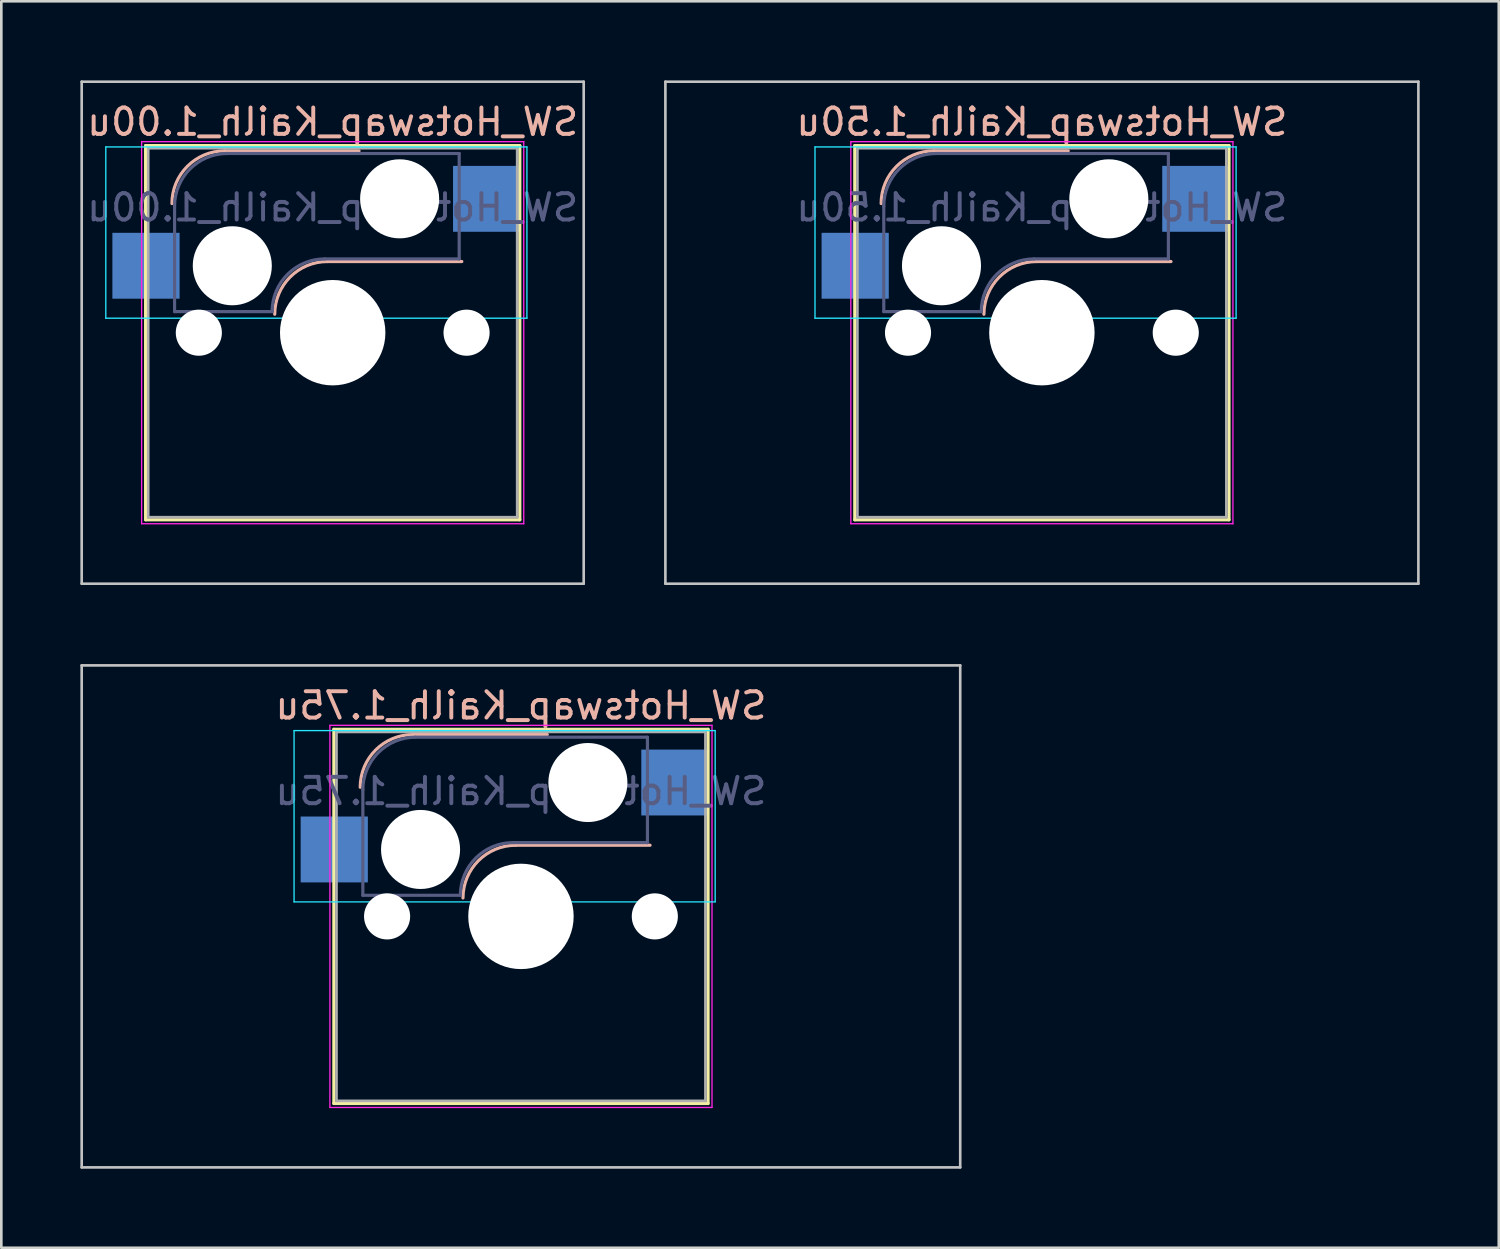
<source format=kicad_pcb>
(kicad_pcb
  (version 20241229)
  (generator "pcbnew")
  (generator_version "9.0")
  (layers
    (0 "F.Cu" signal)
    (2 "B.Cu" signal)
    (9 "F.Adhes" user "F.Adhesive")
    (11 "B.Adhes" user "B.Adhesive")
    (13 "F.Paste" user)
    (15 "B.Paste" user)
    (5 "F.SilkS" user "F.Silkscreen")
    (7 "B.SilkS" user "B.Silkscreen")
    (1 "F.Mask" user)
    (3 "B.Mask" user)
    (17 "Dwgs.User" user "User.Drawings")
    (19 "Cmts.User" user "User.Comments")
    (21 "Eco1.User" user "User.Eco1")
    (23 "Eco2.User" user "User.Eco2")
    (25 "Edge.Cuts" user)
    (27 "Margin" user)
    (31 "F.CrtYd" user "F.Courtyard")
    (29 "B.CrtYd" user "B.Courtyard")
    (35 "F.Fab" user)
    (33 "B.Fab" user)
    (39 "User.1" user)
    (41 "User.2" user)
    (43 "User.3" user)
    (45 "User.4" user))
  (footprint "SW_Hotswap_Kailh_1.75u"
    (layer "F.Cu")
    (at 16.719 31.725)
    (property "Reference" "SW_Hotswap_Kailh_1.75u" (at 0 -8 0) (layer "B.SilkS") (effects (font (size 1 1) (thickness 0.15)) (justify mirror)))
    (attr smd)
    (fp_line (start -7.1 -7.1) (end -7.1 7.1) (stroke (width 0.12) (type solid)) (layer "F.SilkS"))
    (fp_line (start -7.1 7.1) (end 7.1 7.1) (stroke (width 0.12) (type solid)) (layer "F.SilkS"))
    (fp_line (start 7.1 -7.1) (end -7.1 -7.1) (stroke (width 0.12) (type solid)) (layer "F.SilkS"))
    (fp_line (start 7.1 7.1) (end 7.1 -7.1) (stroke (width 0.12) (type solid)) (layer "F.SilkS"))
    (fp_line (start -4.1 -6.9) (end 1 -6.9) (stroke (width 0.12) (type solid)) (layer "B.SilkS"))
    (fp_line (start -0.2 -2.7) (end 4.9 -2.7) (stroke (width 0.12) (type solid)) (layer "B.SilkS"))
    (fp_arc (start -6.1 -4.9) (mid -5.514214 -6.314214) (end -4.1 -6.9) (stroke (width 0.12) (type solid)) (layer "B.SilkS"))
    (fp_arc (start -2.2 -0.7) (mid -1.614214 -2.114214) (end -0.2 -2.7) (stroke (width 0.12) (type solid)) (layer "B.SilkS"))
    (fp_line (start -16.669 -9.525) (end -16.669 9.525) (stroke (width 0.1) (type solid)) (layer "Dwgs.User"))
    (fp_line (start -16.669 9.525) (end 16.669 9.525) (stroke (width 0.1) (type solid)) (layer "Dwgs.User"))
    (fp_line (start 16.669 -9.525) (end -16.669 -9.525) (stroke (width 0.1) (type solid)) (layer "Dwgs.User"))
    (fp_line (start 16.669 9.525) (end 16.669 -9.525) (stroke (width 0.1) (type solid)) (layer "Dwgs.User"))
    (fp_line (start -8.61 -7.05) (end -8.61 -0.55) (stroke (width 0.05) (type solid)) (layer "B.CrtYd"))
    (fp_line (start -8.61 -0.55) (end 7.37 -0.55) (stroke (width 0.05) (type solid)) (layer "B.CrtYd"))
    (fp_line (start 7.37 -7.05) (end -8.61 -7.05) (stroke (width 0.05) (type solid)) (layer "B.CrtYd"))
    (fp_line (start 7.37 -0.55) (end 7.37 -7.05) (stroke (width 0.05) (type solid)) (layer "B.CrtYd"))
    (fp_line (start -7.25 -7.25) (end -7.25 7.25) (stroke (width 0.05) (type solid)) (layer "F.CrtYd"))
    (fp_line (start -7.25 7.25) (end 7.25 7.25) (stroke (width 0.05) (type solid)) (layer "F.CrtYd"))
    (fp_line (start 7.25 -7.25) (end -7.25 -7.25) (stroke (width 0.05) (type solid)) (layer "F.CrtYd"))
    (fp_line (start 7.25 7.25) (end 7.25 -7.25) (stroke (width 0.05) (type solid)) (layer "F.CrtYd"))
    (fp_line (start -6 -0.8) (end -6 -4.8) (stroke (width 0.12) (type solid)) (layer "B.Fab"))
    (fp_line (start -6 -0.8) (end -2.3 -0.8) (stroke (width 0.12) (type solid)) (layer "B.Fab"))
    (fp_line (start -4 -6.8) (end 4.8 -6.8) (stroke (width 0.12) (type solid)) (layer "B.Fab"))
    (fp_line (start -0.3 -2.8) (end 4.8 -2.8) (stroke (width 0.12) (type solid)) (layer "B.Fab"))
    (fp_line (start 4.8 -6.8) (end 4.8 -2.8) (stroke (width 0.12) (type solid)) (layer "B.Fab"))
    (fp_arc (start -6 -4.8) (mid -5.414214 -6.214214) (end -4 -6.8) (stroke (width 0.12) (type solid)) (layer "B.Fab"))
    (fp_arc (start -2.3 -0.8) (mid -1.714214 -2.214214) (end -0.3 -2.8) (stroke (width 0.12) (type solid)) (layer "B.Fab"))
    (fp_line (start -7 -7) (end -7 7) (stroke (width 0.1) (type solid)) (layer "F.Fab"))
    (fp_line (start -7 7) (end 7 7) (stroke (width 0.1) (type solid)) (layer "F.Fab"))
    (fp_line (start 7 -7) (end -7 -7) (stroke (width 0.1) (type solid)) (layer "F.Fab"))
    (fp_line (start 7 7) (end 7 -7) (stroke (width 0.1) (type solid)) (layer "F.Fab"))
    (fp_text user "${REFERENCE}" (at 0 -4.75 0) (layer "B.Fab") (effects (font (size 1 1) (thickness 0.15)) (justify mirror)))
    (pad "" np_thru_hole circle (at -5.08 0) (size 1.75 1.75) (drill 1.75) (layers "*.Cu" "*.Mask"))
    (pad "" np_thru_hole circle (at -3.81 -2.54) (size 3 3) (drill 3) (layers "*.Cu" "*.Mask"))
    (pad "" np_thru_hole circle (at 0 0) (size 4 4) (drill 4) (layers "*.Cu" "*.Mask"))
    (pad "" np_thru_hole circle (at 2.54 -5.08) (size 3 3) (drill 3) (layers "*.Cu" "*.Mask"))
    (pad "" np_thru_hole circle (at 5.08 0) (size 1.75 1.75) (drill 1.75) (layers "*.Cu" "*.Mask"))
    (pad "1" smd rect (at -7.085 -2.54) (size 2.55 2.5) (layers "B.Cu" "B.Mask" "B.Paste"))
    (pad "2" smd rect (at 5.842 -5.08) (size 2.55 2.5) (layers "B.Cu" "B.Mask" "B.Paste")))
  (footprint "SW_Hotswap_Kailh_1.50u"
    (layer "F.Cu")
    (at 36.487 9.575)
    (property "Reference" "SW_Hotswap_Kailh_1.50u" (at 0 -8 0) (layer "B.SilkS") (effects (font (size 1 1) (thickness 0.15)) (justify mirror)))
    (attr smd)
    (fp_line (start -7.1 -7.1) (end -7.1 7.1) (stroke (width 0.12) (type solid)) (layer "F.SilkS"))
    (fp_line (start -7.1 7.1) (end 7.1 7.1) (stroke (width 0.12) (type solid)) (layer "F.SilkS"))
    (fp_line (start 7.1 -7.1) (end -7.1 -7.1) (stroke (width 0.12) (type solid)) (layer "F.SilkS"))
    (fp_line (start 7.1 7.1) (end 7.1 -7.1) (stroke (width 0.12) (type solid)) (layer "F.SilkS"))
    (fp_line (start -4.1 -6.9) (end 1 -6.9) (stroke (width 0.12) (type solid)) (layer "B.SilkS"))
    (fp_line (start -0.2 -2.7) (end 4.9 -2.7) (stroke (width 0.12) (type solid)) (layer "B.SilkS"))
    (fp_arc (start -6.1 -4.9) (mid -5.514214 -6.314214) (end -4.1 -6.9) (stroke (width 0.12) (type solid)) (layer "B.SilkS"))
    (fp_arc (start -2.2 -0.7) (mid -1.614214 -2.114214) (end -0.2 -2.7) (stroke (width 0.12) (type solid)) (layer "B.SilkS"))
    (fp_line (start -14.287 -9.525) (end -14.287 9.525) (stroke (width 0.1) (type solid)) (layer "Dwgs.User"))
    (fp_line (start -14.287 9.525) (end 14.287 9.525) (stroke (width 0.1) (type solid)) (layer "Dwgs.User"))
    (fp_line (start 14.287 -9.525) (end -14.287 -9.525) (stroke (width 0.1) (type solid)) (layer "Dwgs.User"))
    (fp_line (start 14.287 9.525) (end 14.287 -9.525) (stroke (width 0.1) (type solid)) (layer "Dwgs.User"))
    (fp_line (start -8.61 -7.05) (end -8.61 -0.55) (stroke (width 0.05) (type solid)) (layer "B.CrtYd"))
    (fp_line (start -8.61 -0.55) (end 7.37 -0.55) (stroke (width 0.05) (type solid)) (layer "B.CrtYd"))
    (fp_line (start 7.37 -7.05) (end -8.61 -7.05) (stroke (width 0.05) (type solid)) (layer "B.CrtYd"))
    (fp_line (start 7.37 -0.55) (end 7.37 -7.05) (stroke (width 0.05) (type solid)) (layer "B.CrtYd"))
    (fp_line (start -7.25 -7.25) (end -7.25 7.25) (stroke (width 0.05) (type solid)) (layer "F.CrtYd"))
    (fp_line (start -7.25 7.25) (end 7.25 7.25) (stroke (width 0.05) (type solid)) (layer "F.CrtYd"))
    (fp_line (start 7.25 -7.25) (end -7.25 -7.25) (stroke (width 0.05) (type solid)) (layer "F.CrtYd"))
    (fp_line (start 7.25 7.25) (end 7.25 -7.25) (stroke (width 0.05) (type solid)) (layer "F.CrtYd"))
    (fp_line (start -6 -0.8) (end -6 -4.8) (stroke (width 0.12) (type solid)) (layer "B.Fab"))
    (fp_line (start -6 -0.8) (end -2.3 -0.8) (stroke (width 0.12) (type solid)) (layer "B.Fab"))
    (fp_line (start -4 -6.8) (end 4.8 -6.8) (stroke (width 0.12) (type solid)) (layer "B.Fab"))
    (fp_line (start -0.3 -2.8) (end 4.8 -2.8) (stroke (width 0.12) (type solid)) (layer "B.Fab"))
    (fp_line (start 4.8 -6.8) (end 4.8 -2.8) (stroke (width 0.12) (type solid)) (layer "B.Fab"))
    (fp_arc (start -6 -4.8) (mid -5.414214 -6.214214) (end -4 -6.8) (stroke (width 0.12) (type solid)) (layer "B.Fab"))
    (fp_arc (start -2.3 -0.8) (mid -1.714214 -2.214214) (end -0.3 -2.8) (stroke (width 0.12) (type solid)) (layer "B.Fab"))
    (fp_line (start -7 -7) (end -7 7) (stroke (width 0.1) (type solid)) (layer "F.Fab"))
    (fp_line (start -7 7) (end 7 7) (stroke (width 0.1) (type solid)) (layer "F.Fab"))
    (fp_line (start 7 -7) (end -7 -7) (stroke (width 0.1) (type solid)) (layer "F.Fab"))
    (fp_line (start 7 7) (end 7 -7) (stroke (width 0.1) (type solid)) (layer "F.Fab"))
    (fp_text user "${REFERENCE}" (at 0 -4.75 0) (layer "B.Fab") (effects (font (size 1 1) (thickness 0.15)) (justify mirror)))
    (pad "" np_thru_hole circle (at -5.08 0) (size 1.75 1.75) (drill 1.75) (layers "*.Cu" "*.Mask"))
    (pad "" np_thru_hole circle (at -3.81 -2.54) (size 3 3) (drill 3) (layers "*.Cu" "*.Mask"))
    (pad "" np_thru_hole circle (at 0 0) (size 4 4) (drill 4) (layers "*.Cu" "*.Mask"))
    (pad "" np_thru_hole circle (at 2.54 -5.08) (size 3 3) (drill 3) (layers "*.Cu" "*.Mask"))
    (pad "" np_thru_hole circle (at 5.08 0) (size 1.75 1.75) (drill 1.75) (layers "*.Cu" "*.Mask"))
    (pad "1" smd rect (at -7.085 -2.54) (size 2.55 2.5) (layers "B.Cu" "B.Mask" "B.Paste"))
    (pad "2" smd rect (at 5.842 -5.08) (size 2.55 2.5) (layers "B.Cu" "B.Mask" "B.Paste")))
  (footprint "SW_Hotswap_Kailh_1.00u"
    (layer "F.Cu")
    (at 9.575 9.575)
    (property "Reference" "SW_Hotswap_Kailh_1.00u" (at 0 -8 0) (layer "B.SilkS") (effects (font (size 1 1) (thickness 0.15)) (justify mirror)))
    (attr smd)
    (fp_line (start -7.1 -7.1) (end -7.1 7.1) (stroke (width 0.12) (type solid)) (layer "F.SilkS"))
    (fp_line (start -7.1 7.1) (end 7.1 7.1) (stroke (width 0.12) (type solid)) (layer "F.SilkS"))
    (fp_line (start 7.1 -7.1) (end -7.1 -7.1) (stroke (width 0.12) (type solid)) (layer "F.SilkS"))
    (fp_line (start 7.1 7.1) (end 7.1 -7.1) (stroke (width 0.12) (type solid)) (layer "F.SilkS"))
    (fp_line (start -4.1 -6.9) (end 1 -6.9) (stroke (width 0.12) (type solid)) (layer "B.SilkS"))
    (fp_line (start -0.2 -2.7) (end 4.9 -2.7) (stroke (width 0.12) (type solid)) (layer "B.SilkS"))
    (fp_arc (start -6.1 -4.9) (mid -5.514214 -6.314214) (end -4.1 -6.9) (stroke (width 0.12) (type solid)) (layer "B.SilkS"))
    (fp_arc (start -2.2 -0.7) (mid -1.614214 -2.114214) (end -0.2 -2.7) (stroke (width 0.12) (type solid)) (layer "B.SilkS"))
    (fp_line (start -9.525 -9.525) (end -9.525 9.525) (stroke (width 0.1) (type solid)) (layer "Dwgs.User"))
    (fp_line (start -9.525 9.525) (end 9.525 9.525) (stroke (width 0.1) (type solid)) (layer "Dwgs.User"))
    (fp_line (start 9.525 -9.525) (end -9.525 -9.525) (stroke (width 0.1) (type solid)) (layer "Dwgs.User"))
    (fp_line (start 9.525 9.525) (end 9.525 -9.525) (stroke (width 0.1) (type solid)) (layer "Dwgs.User"))
    (fp_line (start -8.61 -7.05) (end -8.61 -0.55) (stroke (width 0.05) (type solid)) (layer "B.CrtYd"))
    (fp_line (start -8.61 -0.55) (end 7.37 -0.55) (stroke (width 0.05) (type solid)) (layer "B.CrtYd"))
    (fp_line (start 7.37 -7.05) (end -8.61 -7.05) (stroke (width 0.05) (type solid)) (layer "B.CrtYd"))
    (fp_line (start 7.37 -0.55) (end 7.37 -7.05) (stroke (width 0.05) (type solid)) (layer "B.CrtYd"))
    (fp_line (start -7.25 -7.25) (end -7.25 7.25) (stroke (width 0.05) (type solid)) (layer "F.CrtYd"))
    (fp_line (start -7.25 7.25) (end 7.25 7.25) (stroke (width 0.05) (type solid)) (layer "F.CrtYd"))
    (fp_line (start 7.25 -7.25) (end -7.25 -7.25) (stroke (width 0.05) (type solid)) (layer "F.CrtYd"))
    (fp_line (start 7.25 7.25) (end 7.25 -7.25) (stroke (width 0.05) (type solid)) (layer "F.CrtYd"))
    (fp_line (start -6 -0.8) (end -6 -4.8) (stroke (width 0.12) (type solid)) (layer "B.Fab"))
    (fp_line (start -6 -0.8) (end -2.3 -0.8) (stroke (width 0.12) (type solid)) (layer "B.Fab"))
    (fp_line (start -4 -6.8) (end 4.8 -6.8) (stroke (width 0.12) (type solid)) (layer "B.Fab"))
    (fp_line (start -0.3 -2.8) (end 4.8 -2.8) (stroke (width 0.12) (type solid)) (layer "B.Fab"))
    (fp_line (start 4.8 -6.8) (end 4.8 -2.8) (stroke (width 0.12) (type solid)) (layer "B.Fab"))
    (fp_arc (start -6 -4.8) (mid -5.414214 -6.214214) (end -4 -6.8) (stroke (width 0.12) (type solid)) (layer "B.Fab"))
    (fp_arc (start -2.3 -0.8) (mid -1.714214 -2.214214) (end -0.3 -2.8) (stroke (width 0.12) (type solid)) (layer "B.Fab"))
    (fp_line (start -7 -7) (end -7 7) (stroke (width 0.1) (type solid)) (layer "F.Fab"))
    (fp_line (start -7 7) (end 7 7) (stroke (width 0.1) (type solid)) (layer "F.Fab"))
    (fp_line (start 7 -7) (end -7 -7) (stroke (width 0.1) (type solid)) (layer "F.Fab"))
    (fp_line (start 7 7) (end 7 -7) (stroke (width 0.1) (type solid)) (layer "F.Fab"))
    (fp_text user "${REFERENCE}" (at 0 -4.75 0) (layer "B.Fab") (effects (font (size 1 1) (thickness 0.15)) (justify mirror)))
    (pad "" np_thru_hole circle (at -5.08 0) (size 1.75 1.75) (drill 1.75) (layers "*.Cu" "*.Mask"))
    (pad "" np_thru_hole circle (at -3.81 -2.54) (size 3 3) (drill 3) (layers "*.Cu" "*.Mask"))
    (pad "" np_thru_hole circle (at 0 0) (size 4 4) (drill 4) (layers "*.Cu" "*.Mask"))
    (pad "" np_thru_hole circle (at 2.54 -5.08) (size 3 3) (drill 3) (layers "*.Cu" "*.Mask"))
    (pad "" np_thru_hole circle (at 5.08 0) (size 1.75 1.75) (drill 1.75) (layers "*.Cu" "*.Mask"))
    (pad "1" smd rect (at -7.085 -2.54) (size 2.55 2.5) (layers "B.Cu" "B.Mask" "B.Paste"))
    (pad "2" smd rect (at 5.842 -5.08) (size 2.55 2.5) (layers "B.Cu" "B.Mask" "B.Paste")))
  (gr_rect
    (start -3 -3)
    (end 53.825 44.3)
    (stroke (width 0.1) (type default))
    (fill no)
    (layer "Edge.Cuts")))
</source>
